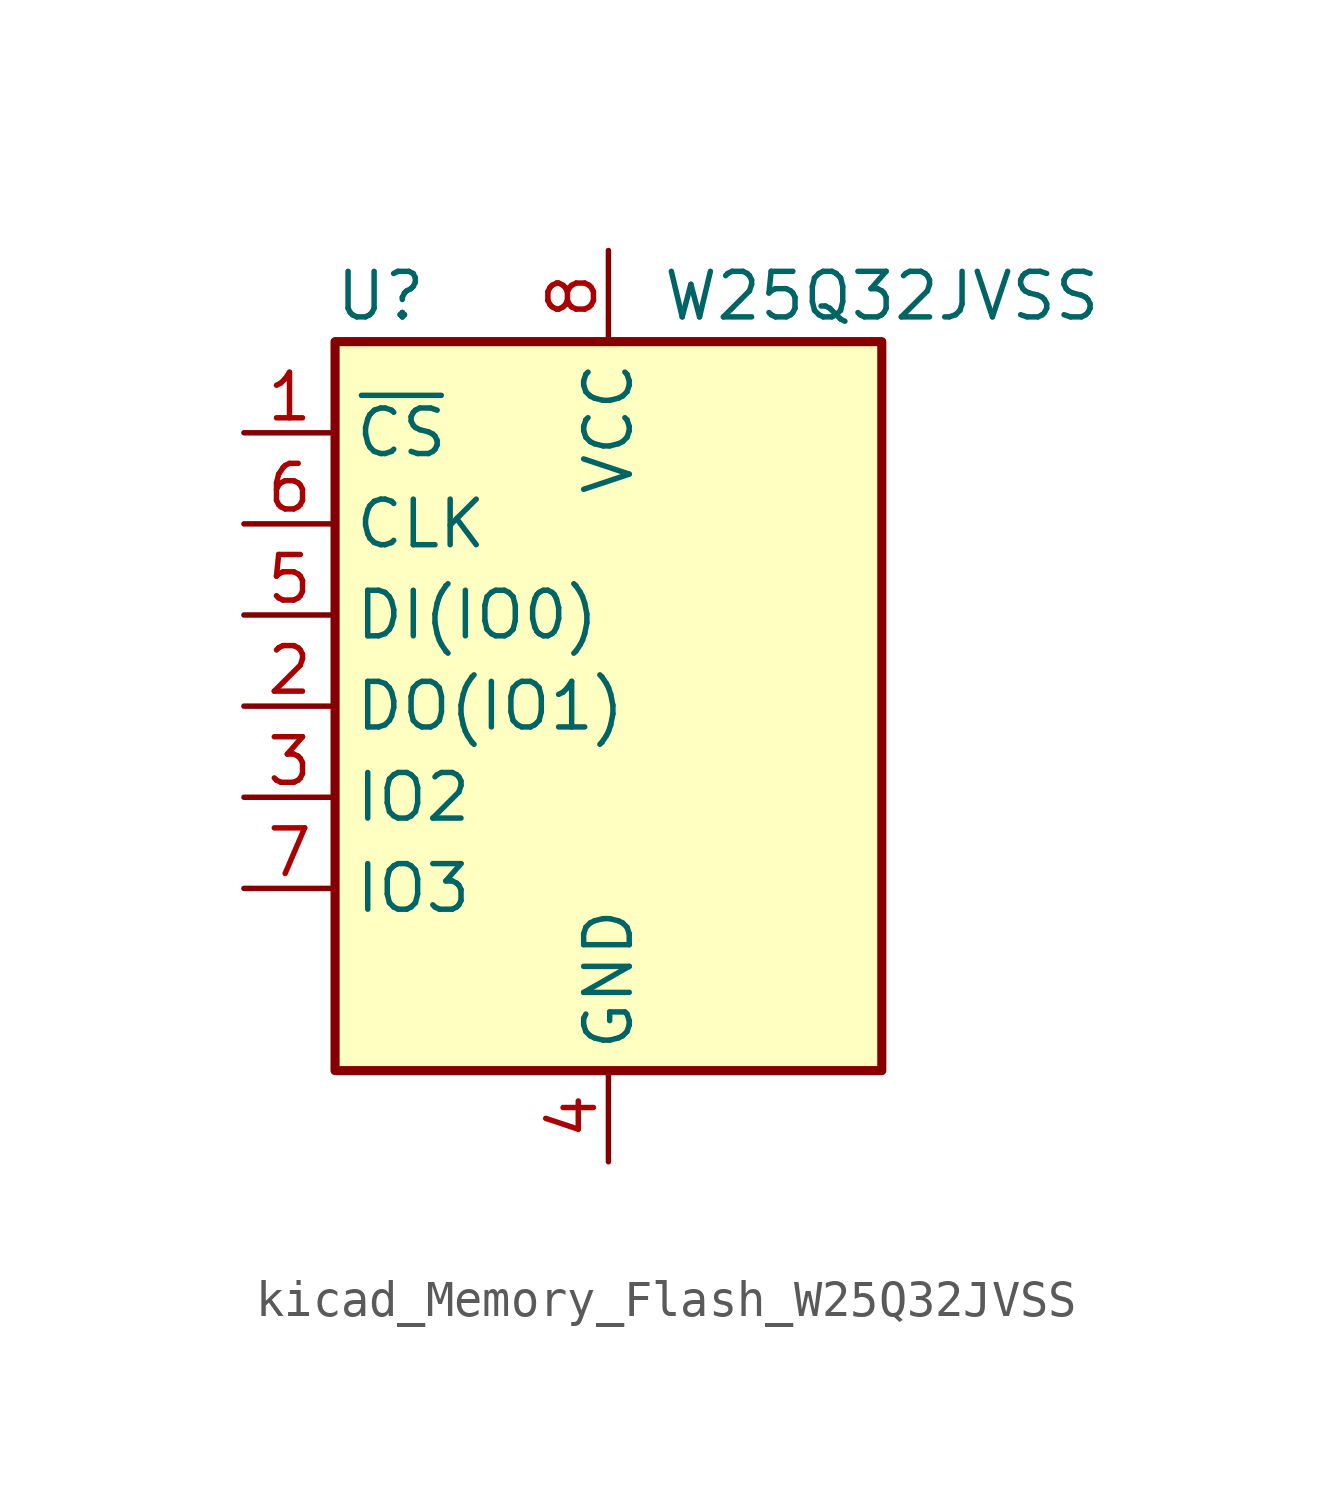
<source format=kicad_sym>
(kicad_symbol_lib
  (version 20220914)
  (generator kicad_symbol_editor)
  (symbol "kicad_Memory_Flash_W25Q32JVSS"
    (property "Reference" "U"
      (at -6.35 11.43 0)
      (effects (font (size 1.27 1.27))))
    (property "Value" "W25Q32JVSS"
      (at 7.62 11.43 0)
      (effects (font (size 1.27 1.27))))
    (symbol "kicad_Memory_Flash_W25Q32JVSS_0_1"
      (rectangle (start -7.62 10.16) (end 7.62 -10.16) (stroke (width 0.254) (type default)) (fill (type background))))
    (symbol "kicad_Memory_Flash_W25Q32JVSS_1_1"
      (pin input line (at -10.16 7.62 0) (length 2.54) (name "~{CS}" (effects (font (size 1.27 1.27)))) (number "1" (effects (font (size 1.27 1.27)))))
      (pin bidirectional line (at -10.16 0 0) (length 2.54) (name "DO(IO1)" (effects (font (size 1.27 1.27)))) (number "2" (effects (font (size 1.27 1.27)))))
      (pin bidirectional line (at -10.16 -2.54 0) (length 2.54) (name "IO2" (effects (font (size 1.27 1.27)))) (number "3" (effects (font (size 1.27 1.27)))))
      (pin power_in line (at 0 -12.7 90) (length 2.54) (name "GND" (effects (font (size 1.27 1.27)))) (number "4" (effects (font (size 1.27 1.27)))))
      (pin bidirectional line (at -10.16 2.54 0) (length 2.54) (name "DI(IO0)" (effects (font (size 1.27 1.27)))) (number "5" (effects (font (size 1.27 1.27)))))
      (pin input line (at -10.16 5.08 0) (length 2.54) (name "CLK" (effects (font (size 1.27 1.27)))) (number "6" (effects (font (size 1.27 1.27)))))
      (pin bidirectional line (at -10.16 -5.08 0) (length 2.54) (name "IO3" (effects (font (size 1.27 1.27)))) (number "7" (effects (font (size 1.27 1.27)))))
      (pin power_in line (at 0 12.7 270) (length 2.54) (name "VCC" (effects (font (size 1.27 1.27)))) (number "8" (effects (font (size 1.27 1.27))))))))
</source>
